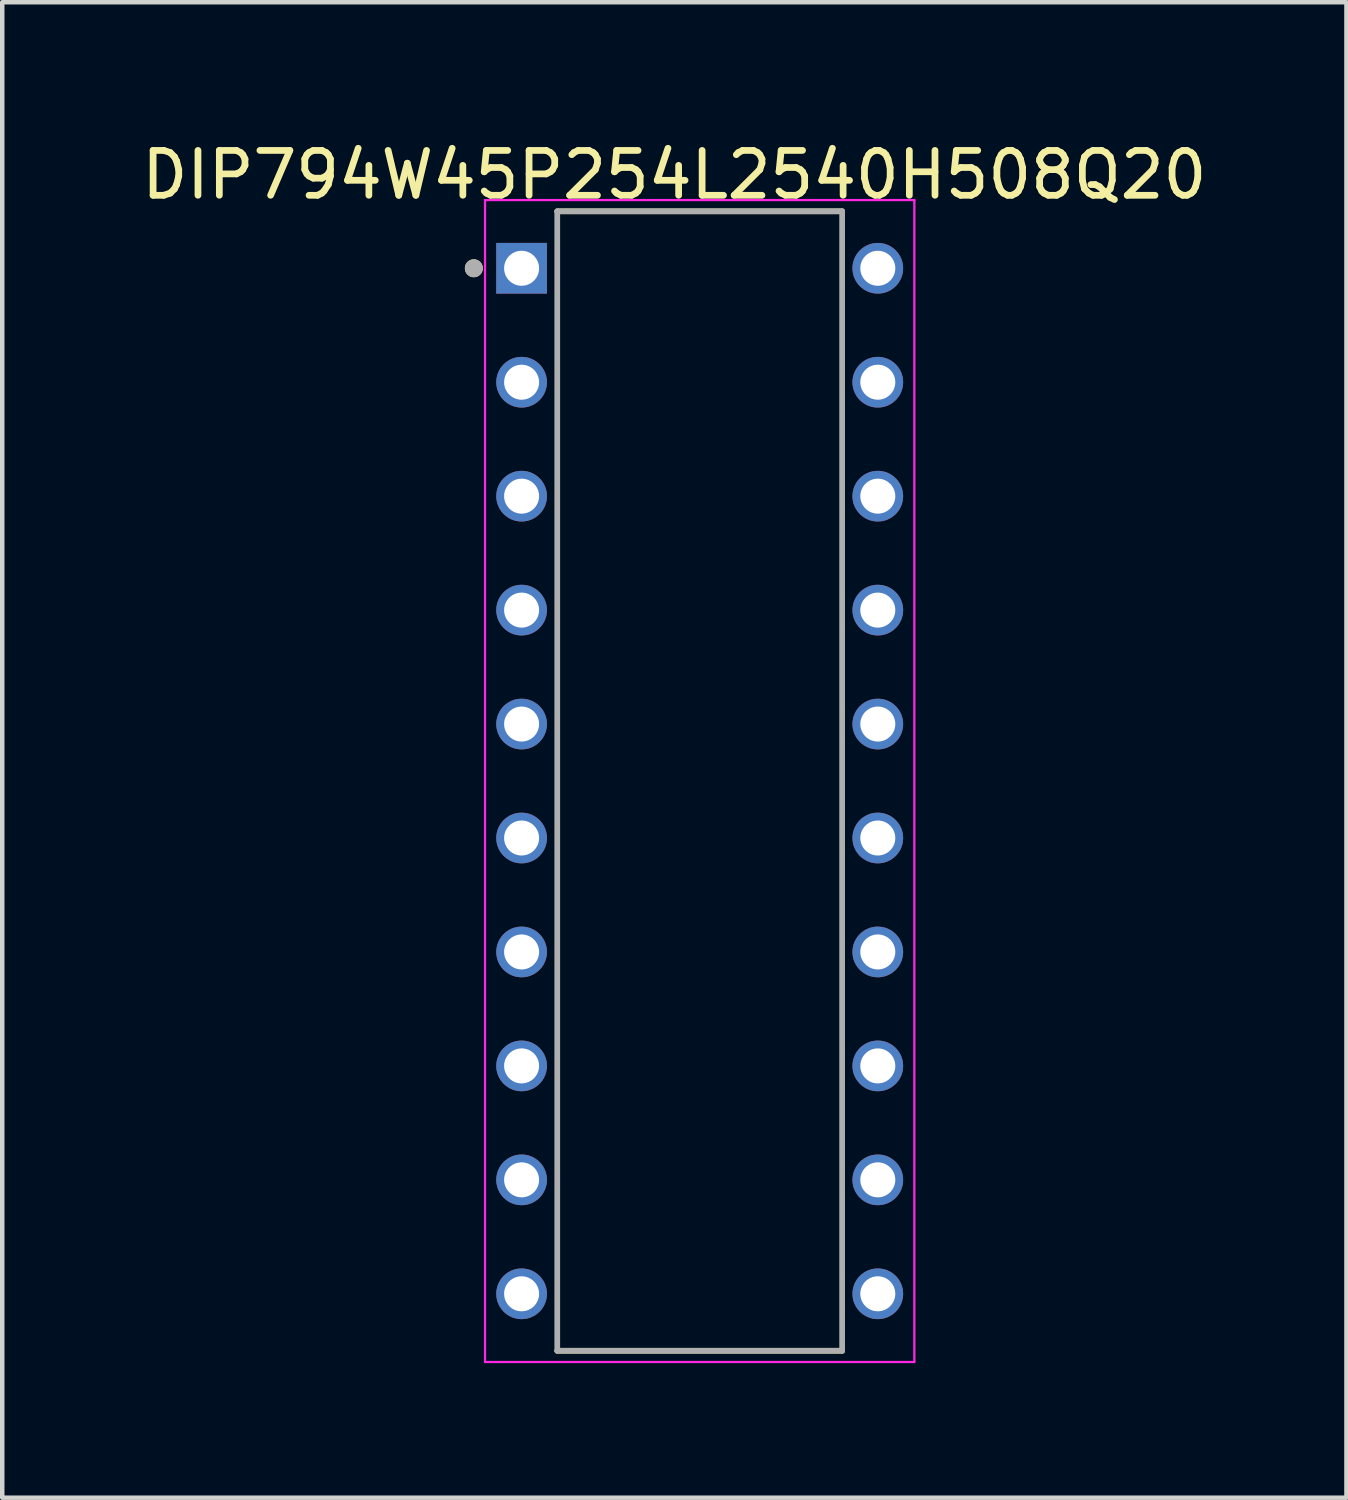
<source format=kicad_pcb>
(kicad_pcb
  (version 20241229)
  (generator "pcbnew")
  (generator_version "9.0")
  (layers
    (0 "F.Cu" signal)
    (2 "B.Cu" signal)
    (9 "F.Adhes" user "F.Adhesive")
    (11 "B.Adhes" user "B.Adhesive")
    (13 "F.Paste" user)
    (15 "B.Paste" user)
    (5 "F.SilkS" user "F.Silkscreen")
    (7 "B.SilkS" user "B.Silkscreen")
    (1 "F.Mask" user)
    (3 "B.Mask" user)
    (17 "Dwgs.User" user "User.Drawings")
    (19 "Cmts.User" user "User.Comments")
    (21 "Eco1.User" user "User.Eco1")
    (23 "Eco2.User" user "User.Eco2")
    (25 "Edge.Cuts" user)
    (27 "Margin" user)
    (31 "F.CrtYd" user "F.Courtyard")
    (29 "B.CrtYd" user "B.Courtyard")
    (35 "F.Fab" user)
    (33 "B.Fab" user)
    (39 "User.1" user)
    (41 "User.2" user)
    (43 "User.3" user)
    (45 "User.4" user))
  (footprint "DIP794W45P254L2540H508Q20"
    (layer "F.Cu")
    (at 12.547 14.36)
    (property "Reference" "DIP794W45P254L2540H508Q20" (at -0.565 -13.512 0) (layer "F.SilkS") (effects (font (size 1 1) (thickness 0.15))))
    (attr through_hole)
    (fp_line (start -3.175 -12.7) (end 3.175 -12.7) (stroke (width 0.127) (type solid)) (layer "F.SilkS"))
    (fp_line (start -3.175 12.7) (end 3.175 12.7) (stroke (width 0.127) (type solid)) (layer "F.SilkS"))
    (fp_circle (center -5.035 -11.43) (end -4.935 -11.43) (stroke (width 0.2) (type solid)) (fill no) (layer "F.SilkS"))
    (fp_line (start -4.785 -12.95) (end -4.785 12.95) (stroke (width 0.05) (type solid)) (layer "F.CrtYd"))
    (fp_line (start 4.785 -12.95) (end -4.785 -12.95) (stroke (width 0.05) (type solid)) (layer "F.CrtYd"))
    (fp_line (start 4.785 -12.95) (end 4.785 12.95) (stroke (width 0.05) (type solid)) (layer "F.CrtYd"))
    (fp_line (start 4.785 12.95) (end -4.785 12.95) (stroke (width 0.05) (type solid)) (layer "F.CrtYd"))
    (fp_line (start -3.175 -12.7) (end -3.175 12.7) (stroke (width 0.127) (type solid)) (layer "F.Fab"))
    (fp_line (start -3.175 -12.7) (end 3.175 -12.7) (stroke (width 0.127) (type solid)) (layer "F.Fab"))
    (fp_line (start -3.175 12.7) (end 3.175 12.7) (stroke (width 0.127) (type solid)) (layer "F.Fab"))
    (fp_line (start 3.175 -12.7) (end 3.175 12.7) (stroke (width 0.127) (type solid)) (layer "F.Fab"))
    (fp_circle (center -5.035 -11.43) (end -4.935 -11.43) (stroke (width 0.2) (type solid)) (fill no) (layer "F.Fab"))
    (pad "1" thru_hole rect (at -3.97 -11.43) (size 1.13 1.13) (drill 0.78) (layers "*.Cu" "*.Mask"))
    (pad "2" thru_hole circle (at -3.97 -8.89) (size 1.13 1.13) (drill 0.78) (layers "*.Cu" "*.Mask"))
    (pad "3" thru_hole circle (at -3.97 -6.35) (size 1.13 1.13) (drill 0.78) (layers "*.Cu" "*.Mask"))
    (pad "4" thru_hole circle (at -3.97 -3.81) (size 1.13 1.13) (drill 0.78) (layers "*.Cu" "*.Mask"))
    (pad "5" thru_hole circle (at -3.97 -1.27) (size 1.13 1.13) (drill 0.78) (layers "*.Cu" "*.Mask"))
    (pad "6" thru_hole circle (at -3.97 1.27) (size 1.13 1.13) (drill 0.78) (layers "*.Cu" "*.Mask"))
    (pad "7" thru_hole circle (at -3.97 3.81) (size 1.13 1.13) (drill 0.78) (layers "*.Cu" "*.Mask"))
    (pad "8" thru_hole circle (at -3.97 6.35) (size 1.13 1.13) (drill 0.78) (layers "*.Cu" "*.Mask"))
    (pad "9" thru_hole circle (at -3.97 8.89) (size 1.13 1.13) (drill 0.78) (layers "*.Cu" "*.Mask"))
    (pad "10" thru_hole circle (at -3.97 11.43) (size 1.13 1.13) (drill 0.78) (layers "*.Cu" "*.Mask"))
    (pad "11" thru_hole circle (at 3.97 11.43) (size 1.13 1.13) (drill 0.78) (layers "*.Cu" "*.Mask"))
    (pad "12" thru_hole circle (at 3.97 8.89) (size 1.13 1.13) (drill 0.78) (layers "*.Cu" "*.Mask"))
    (pad "13" thru_hole circle (at 3.97 6.35) (size 1.13 1.13) (drill 0.78) (layers "*.Cu" "*.Mask"))
    (pad "14" thru_hole circle (at 3.97 3.81) (size 1.13 1.13) (drill 0.78) (layers "*.Cu" "*.Mask"))
    (pad "15" thru_hole circle (at 3.97 1.27) (size 1.13 1.13) (drill 0.78) (layers "*.Cu" "*.Mask"))
    (pad "16" thru_hole circle (at 3.97 -1.27) (size 1.13 1.13) (drill 0.78) (layers "*.Cu" "*.Mask"))
    (pad "17" thru_hole circle (at 3.97 -3.81) (size 1.13 1.13) (drill 0.78) (layers "*.Cu" "*.Mask"))
    (pad "18" thru_hole circle (at 3.97 -6.35) (size 1.13 1.13) (drill 0.78) (layers "*.Cu" "*.Mask"))
    (pad "19" thru_hole circle (at 3.97 -8.89) (size 1.13 1.13) (drill 0.78) (layers "*.Cu" "*.Mask"))
    (pad "20" thru_hole circle (at 3.97 -11.43) (size 1.13 1.13) (drill 0.78) (layers "*.Cu" "*.Mask")))
  (gr_rect
    (start -3 -3)
    (end 26.964 30.335)
    (stroke (width 0.1) (type default))
    (fill no)
    (layer "Edge.Cuts")))
</source>
